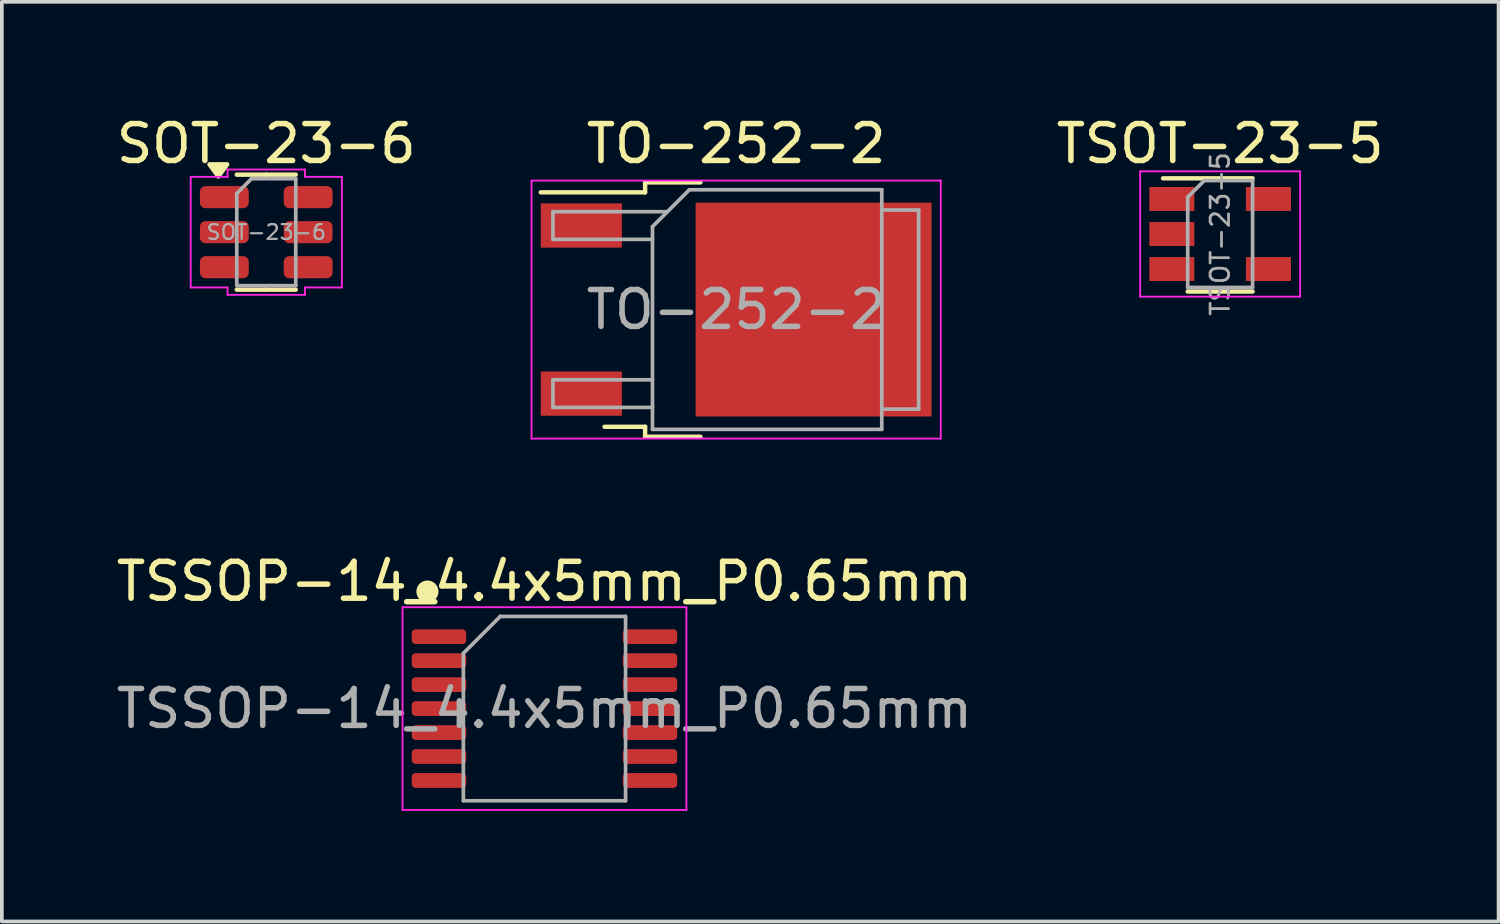
<source format=kicad_pcb>
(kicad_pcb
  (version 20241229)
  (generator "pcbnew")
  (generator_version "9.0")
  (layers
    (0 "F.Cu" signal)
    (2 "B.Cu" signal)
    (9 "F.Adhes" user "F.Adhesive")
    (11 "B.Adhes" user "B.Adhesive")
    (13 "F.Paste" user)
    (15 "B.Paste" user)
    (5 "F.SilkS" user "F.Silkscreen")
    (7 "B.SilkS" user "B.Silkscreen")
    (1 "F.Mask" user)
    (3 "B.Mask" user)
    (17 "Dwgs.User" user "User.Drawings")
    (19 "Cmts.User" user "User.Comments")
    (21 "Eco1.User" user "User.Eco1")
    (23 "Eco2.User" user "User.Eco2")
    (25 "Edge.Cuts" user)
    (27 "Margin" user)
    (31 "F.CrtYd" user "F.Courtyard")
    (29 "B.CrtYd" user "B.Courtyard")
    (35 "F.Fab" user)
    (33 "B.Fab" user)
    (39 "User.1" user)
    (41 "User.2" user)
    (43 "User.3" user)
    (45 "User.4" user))
  (footprint "TSSOP-14_4.4x5mm_P0.65mm"
    (layer "F.Cu")
    (at 11.72 16.172)
    (property "Reference" "TSSOP-14_4.4x5mm_P0.65mm" (at 0 -3.45 0) (layer "F.SilkS") (effects (font (size 1 1) (thickness 0.15))))
    (attr smd)
    (fp_circle (center -3.175 -3.175) (end -3.025 -3.175) (stroke (width 0.3) (type solid)) (fill no) (layer "F.SilkS"))
    (fp_line (start -3.85 -2.75) (end -3.85 2.75) (stroke (width 0.05) (type solid)) (layer "F.CrtYd"))
    (fp_line (start -3.85 2.75) (end 3.85 2.75) (stroke (width 0.05) (type solid)) (layer "F.CrtYd"))
    (fp_line (start 3.85 -2.75) (end -3.85 -2.75) (stroke (width 0.05) (type solid)) (layer "F.CrtYd"))
    (fp_line (start 3.85 2.75) (end 3.85 -2.75) (stroke (width 0.05) (type solid)) (layer "F.CrtYd"))
    (fp_line (start -2.2 -1.5) (end -1.2 -2.5) (stroke (width 0.1) (type solid)) (layer "F.Fab"))
    (fp_line (start -2.2 2.5) (end -2.2 -1.5) (stroke (width 0.1) (type solid)) (layer "F.Fab"))
    (fp_line (start -1.2 -2.5) (end 2.2 -2.5) (stroke (width 0.1) (type solid)) (layer "F.Fab"))
    (fp_line (start 2.2 -2.5) (end 2.2 2.5) (stroke (width 0.1) (type solid)) (layer "F.Fab"))
    (fp_line (start 2.2 2.5) (end -2.2 2.5) (stroke (width 0.1) (type solid)) (layer "F.Fab"))
    (fp_text user "${REFERENCE}" (at 0 0 0) (layer "F.Fab") (effects (font (size 1 1) (thickness 0.15))))
    (pad "1" smd roundrect (at -2.862 -1.95) (size 1.475 0.4) (layers "F.Cu" "F.Mask" "F.Paste") (roundrect_rratio 0.25))
    (pad "2" smd roundrect (at -2.862 -1.3) (size 1.475 0.4) (layers "F.Cu" "F.Mask" "F.Paste") (roundrect_rratio 0.25))
    (pad "3" smd roundrect (at -2.862 -0.65) (size 1.475 0.4) (layers "F.Cu" "F.Mask" "F.Paste") (roundrect_rratio 0.25))
    (pad "4" smd roundrect (at -2.862 0) (size 1.475 0.4) (layers "F.Cu" "F.Mask" "F.Paste") (roundrect_rratio 0.25))
    (pad "5" smd roundrect (at -2.862 0.65) (size 1.475 0.4) (layers "F.Cu" "F.Mask" "F.Paste") (roundrect_rratio 0.25))
    (pad "6" smd roundrect (at -2.862 1.3) (size 1.475 0.4) (layers "F.Cu" "F.Mask" "F.Paste") (roundrect_rratio 0.25))
    (pad "7" smd roundrect (at -2.862 1.95) (size 1.475 0.4) (layers "F.Cu" "F.Mask" "F.Paste") (roundrect_rratio 0.25))
    (pad "8" smd roundrect (at 2.862 1.95) (size 1.475 0.4) (layers "F.Cu" "F.Mask" "F.Paste") (roundrect_rratio 0.25))
    (pad "9" smd roundrect (at 2.862 1.3) (size 1.475 0.4) (layers "F.Cu" "F.Mask" "F.Paste") (roundrect_rratio 0.25))
    (pad "10" smd roundrect (at 2.862 0.65) (size 1.475 0.4) (layers "F.Cu" "F.Mask" "F.Paste") (roundrect_rratio 0.25))
    (pad "11" smd roundrect (at 2.862 0) (size 1.475 0.4) (layers "F.Cu" "F.Mask" "F.Paste") (roundrect_rratio 0.25))
    (pad "12" smd roundrect (at 2.862 -0.65) (size 1.475 0.4) (layers "F.Cu" "F.Mask" "F.Paste") (roundrect_rratio 0.25))
    (pad "13" smd roundrect (at 2.862 -1.3) (size 1.475 0.4) (layers "F.Cu" "F.Mask" "F.Paste") (roundrect_rratio 0.25))
    (pad "14" smd roundrect (at 2.862 -1.95) (size 1.475 0.4) (layers "F.Cu" "F.Mask" "F.Paste") (roundrect_rratio 0.25)))
  (footprint "TSOT-23-5"
    (layer "F.Cu")
    (at 30.049 3.298)
    (property "Reference" "TSOT-23-5" (at 0 -2.45 0) (layer "F.SilkS") (effects (font (size 1 1) (thickness 0.15))))
    (attr smd)
    (fp_line (start -0.88 1.56) (end 0.88 1.56) (stroke (width 0.12) (type solid)) (layer "F.SilkS"))
    (fp_line (start 0.88 -1.51) (end -1.55 -1.51) (stroke (width 0.12) (type solid)) (layer "F.SilkS"))
    (fp_line (start -2.17 -1.7) (end -2.17 1.7) (stroke (width 0.05) (type solid)) (layer "F.CrtYd"))
    (fp_line (start -2.17 -1.7) (end 2.17 -1.7) (stroke (width 0.05) (type solid)) (layer "F.CrtYd"))
    (fp_line (start 2.17 1.7) (end -2.17 1.7) (stroke (width 0.05) (type solid)) (layer "F.CrtYd"))
    (fp_line (start 2.17 1.7) (end 2.17 -1.7) (stroke (width 0.05) (type solid)) (layer "F.CrtYd"))
    (fp_line (start -0.88 -1) (end -0.88 1.45) (stroke (width 0.1) (type solid)) (layer "F.Fab"))
    (fp_line (start -0.88 -1) (end -0.43 -1.45) (stroke (width 0.1) (type solid)) (layer "F.Fab"))
    (fp_line (start 0.88 -1.45) (end -0.43 -1.45) (stroke (width 0.1) (type solid)) (layer "F.Fab"))
    (fp_line (start 0.88 -1.45) (end 0.88 1.45) (stroke (width 0.1) (type solid)) (layer "F.Fab"))
    (fp_line (start 0.88 1.45) (end -0.88 1.45) (stroke (width 0.1) (type solid)) (layer "F.Fab"))
    (fp_text user "${REFERENCE}" (at 0 0 90) (layer "F.Fab") (effects (font (size 0.5 0.5) (thickness 0.075))))
    (pad "1" smd rect (at -1.31 -0.95) (size 1.22 0.65) (layers "F.Cu" "F.Mask" "F.Paste"))
    (pad "2" smd rect (at -1.31 0) (size 1.22 0.65) (layers "F.Cu" "F.Mask" "F.Paste"))
    (pad "3" smd rect (at -1.31 0.95) (size 1.22 0.65) (layers "F.Cu" "F.Mask" "F.Paste"))
    (pad "4" smd rect (at 1.31 0.95) (size 1.22 0.65) (layers "F.Cu" "F.Mask" "F.Paste"))
    (pad "5" smd rect (at 1.31 -0.95) (size 1.22 0.65) (layers "F.Cu" "F.Mask" "F.Paste")))
  (footprint "TO-252-2"
    (layer "F.Cu")
    (at 16.92 5.348)
    (property "Reference" "TO-252-2" (at 0 -4.5 0) (layer "F.SilkS") (effects (font (size 1 1) (thickness 0.15))))
    (attr smd)
    (fp_line (start -2.47 -3.45) (end -2.47 -3.18) (stroke (width 0.12) (type solid)) (layer "F.SilkS"))
    (fp_line (start -2.47 -3.18) (end -5.3 -3.18) (stroke (width 0.12) (type solid)) (layer "F.SilkS"))
    (fp_line (start -2.47 3.18) (end -3.57 3.18) (stroke (width 0.12) (type solid)) (layer "F.SilkS"))
    (fp_line (start -2.47 3.45) (end -2.47 3.18) (stroke (width 0.12) (type solid)) (layer "F.SilkS"))
    (fp_line (start -0.97 -3.45) (end -2.47 -3.45) (stroke (width 0.12) (type solid)) (layer "F.SilkS"))
    (fp_line (start -0.97 3.45) (end -2.47 3.45) (stroke (width 0.12) (type solid)) (layer "F.SilkS"))
    (fp_line (start -5.55 -3.5) (end -5.55 3.5) (stroke (width 0.05) (type solid)) (layer "F.CrtYd"))
    (fp_line (start -5.55 3.5) (end 5.55 3.5) (stroke (width 0.05) (type solid)) (layer "F.CrtYd"))
    (fp_line (start 5.55 -3.5) (end -5.55 -3.5) (stroke (width 0.05) (type solid)) (layer "F.CrtYd"))
    (fp_line (start 5.55 3.5) (end 5.55 -3.5) (stroke (width 0.05) (type solid)) (layer "F.CrtYd"))
    (fp_line (start -4.97 -2.655) (end -4.97 -1.905) (stroke (width 0.1) (type solid)) (layer "F.Fab"))
    (fp_line (start -4.97 -1.905) (end -2.27 -1.905) (stroke (width 0.1) (type solid)) (layer "F.Fab"))
    (fp_line (start -4.97 1.905) (end -4.97 2.655) (stroke (width 0.1) (type solid)) (layer "F.Fab"))
    (fp_line (start -4.97 2.655) (end -2.27 2.655) (stroke (width 0.1) (type solid)) (layer "F.Fab"))
    (fp_line (start -2.27 -2.25) (end -1.27 -3.25) (stroke (width 0.1) (type solid)) (layer "F.Fab"))
    (fp_line (start -2.27 1.905) (end -4.97 1.905) (stroke (width 0.1) (type solid)) (layer "F.Fab"))
    (fp_line (start -2.27 3.25) (end -2.27 -2.25) (stroke (width 0.1) (type solid)) (layer "F.Fab"))
    (fp_line (start -1.865 -2.655) (end -4.97 -2.655) (stroke (width 0.1) (type solid)) (layer "F.Fab"))
    (fp_line (start -1.27 -3.25) (end 3.95 -3.25) (stroke (width 0.1) (type solid)) (layer "F.Fab"))
    (fp_line (start 3.95 -3.25) (end 3.95 3.25) (stroke (width 0.1) (type solid)) (layer "F.Fab"))
    (fp_line (start 3.95 -2.7) (end 4.95 -2.7) (stroke (width 0.1) (type solid)) (layer "F.Fab"))
    (fp_line (start 3.95 3.25) (end -2.27 3.25) (stroke (width 0.1) (type solid)) (layer "F.Fab"))
    (fp_line (start 4.95 -2.7) (end 4.95 2.7) (stroke (width 0.1) (type solid)) (layer "F.Fab"))
    (fp_line (start 4.95 2.7) (end 3.95 2.7) (stroke (width 0.1) (type solid)) (layer "F.Fab"))
    (fp_text user "${REFERENCE}" (at 0 0 0) (layer "F.Fab") (effects (font (size 1 1) (thickness 0.15))))
    (pad "" smd rect (at 0.425 -1.525) (size 3.05 2.75) (layers "F.Paste"))
    (pad "" smd rect (at 0.425 1.525) (size 3.05 2.75) (layers "F.Paste"))
    (pad "" smd rect (at 3.775 -1.525) (size 3.05 2.75) (layers "F.Paste"))
    (pad "" smd rect (at 3.775 1.525) (size 3.05 2.75) (layers "F.Paste"))
    (pad "1" smd rect (at -4.2 -2.28) (size 2.2 1.2) (layers "F.Cu" "F.Mask" "F.Paste"))
    (pad "2" smd rect (at 2.1 0) (size 6.4 5.8) (layers "F.Cu" "F.Mask"))
    (pad "3" smd rect (at -4.2 2.28) (size 2.2 1.2) (layers "F.Cu" "F.Mask" "F.Paste")))
  (footprint "SOT-23-6"
    (layer "F.Cu")
    (at 4.173 3.248)
    (property "Reference" "SOT-23-6" (at 0 -2.4 0) (layer "F.SilkS") (effects (font (size 1 1) (thickness 0.15))))
    (attr smd)
    (fp_line (start 0 -1.56) (end -0.8 -1.56) (stroke (width 0.12) (type solid)) (layer "F.SilkS"))
    (fp_line (start 0 -1.56) (end 0.8 -1.56) (stroke (width 0.12) (type solid)) (layer "F.SilkS"))
    (fp_line (start 0 1.56) (end -0.8 1.56) (stroke (width 0.12) (type solid)) (layer "F.SilkS"))
    (fp_line (start 0 1.56) (end 0.8 1.56) (stroke (width 0.12) (type solid)) (layer "F.SilkS"))
    (fp_poly (pts (xy -1.3 -1.51) (xy -1.54 -1.84) (xy -1.06 -1.84)) (stroke (width 0.12) (type solid)) (fill yes) (layer "F.SilkS"))
    (fp_line (start -2.05 -1.5) (end -1.05 -1.5) (stroke (width 0.05) (type solid)) (layer "F.CrtYd"))
    (fp_line (start -2.05 1.5) (end -2.05 -1.5) (stroke (width 0.05) (type solid)) (layer "F.CrtYd"))
    (fp_line (start -1.05 -1.7) (end 1.05 -1.7) (stroke (width 0.05) (type solid)) (layer "F.CrtYd"))
    (fp_line (start -1.05 -1.5) (end -1.05 -1.7) (stroke (width 0.05) (type solid)) (layer "F.CrtYd"))
    (fp_line (start -1.05 1.5) (end -2.05 1.5) (stroke (width 0.05) (type solid)) (layer "F.CrtYd"))
    (fp_line (start -1.05 1.7) (end -1.05 1.5) (stroke (width 0.05) (type solid)) (layer "F.CrtYd"))
    (fp_line (start 1.05 -1.7) (end 1.05 -1.5) (stroke (width 0.05) (type solid)) (layer "F.CrtYd"))
    (fp_line (start 1.05 -1.5) (end 2.05 -1.5) (stroke (width 0.05) (type solid)) (layer "F.CrtYd"))
    (fp_line (start 1.05 1.5) (end 1.05 1.7) (stroke (width 0.05) (type solid)) (layer "F.CrtYd"))
    (fp_line (start 1.05 1.7) (end -1.05 1.7) (stroke (width 0.05) (type solid)) (layer "F.CrtYd"))
    (fp_line (start 2.05 -1.5) (end 2.05 1.5) (stroke (width 0.05) (type solid)) (layer "F.CrtYd"))
    (fp_line (start 2.05 1.5) (end 1.05 1.5) (stroke (width 0.05) (type solid)) (layer "F.CrtYd"))
    (fp_line (start -0.8 -1.05) (end -0.4 -1.45) (stroke (width 0.1) (type solid)) (layer "F.Fab"))
    (fp_line (start -0.8 1.45) (end -0.8 -1.05) (stroke (width 0.1) (type solid)) (layer "F.Fab"))
    (fp_line (start -0.4 -1.45) (end 0.8 -1.45) (stroke (width 0.1) (type solid)) (layer "F.Fab"))
    (fp_line (start 0.8 -1.45) (end 0.8 1.45) (stroke (width 0.1) (type solid)) (layer "F.Fab"))
    (fp_line (start 0.8 1.45) (end -0.8 1.45) (stroke (width 0.1) (type solid)) (layer "F.Fab"))
    (fp_text user "${REFERENCE}" (at 0 0 0) (layer "F.Fab") (effects (font (size 0.4 0.4) (thickness 0.06))))
    (pad "1" smd roundrect (at -1.137 -0.95) (size 1.325 0.6) (layers "F.Cu" "F.Mask" "F.Paste") (roundrect_rratio 0.25))
    (pad "2" smd roundrect (at -1.137 0) (size 1.325 0.6) (layers "F.Cu" "F.Mask" "F.Paste") (roundrect_rratio 0.25))
    (pad "3" smd roundrect (at -1.137 0.95) (size 1.325 0.6) (layers "F.Cu" "F.Mask" "F.Paste") (roundrect_rratio 0.25))
    (pad "4" smd roundrect (at 1.137 0.95) (size 1.325 0.6) (layers "F.Cu" "F.Mask" "F.Paste") (roundrect_rratio 0.25))
    (pad "5" smd roundrect (at 1.137 0) (size 1.325 0.6) (layers "F.Cu" "F.Mask" "F.Paste") (roundrect_rratio 0.25))
    (pad "6" smd roundrect (at 1.137 -0.95) (size 1.325 0.6) (layers "F.Cu" "F.Mask" "F.Paste") (roundrect_rratio 0.25)))
  (gr_rect
    (start -3 -3)
    (end 37.602 21.947)
    (stroke (width 0.1) (type default))
    (fill no)
    (layer "Edge.Cuts")))
</source>
